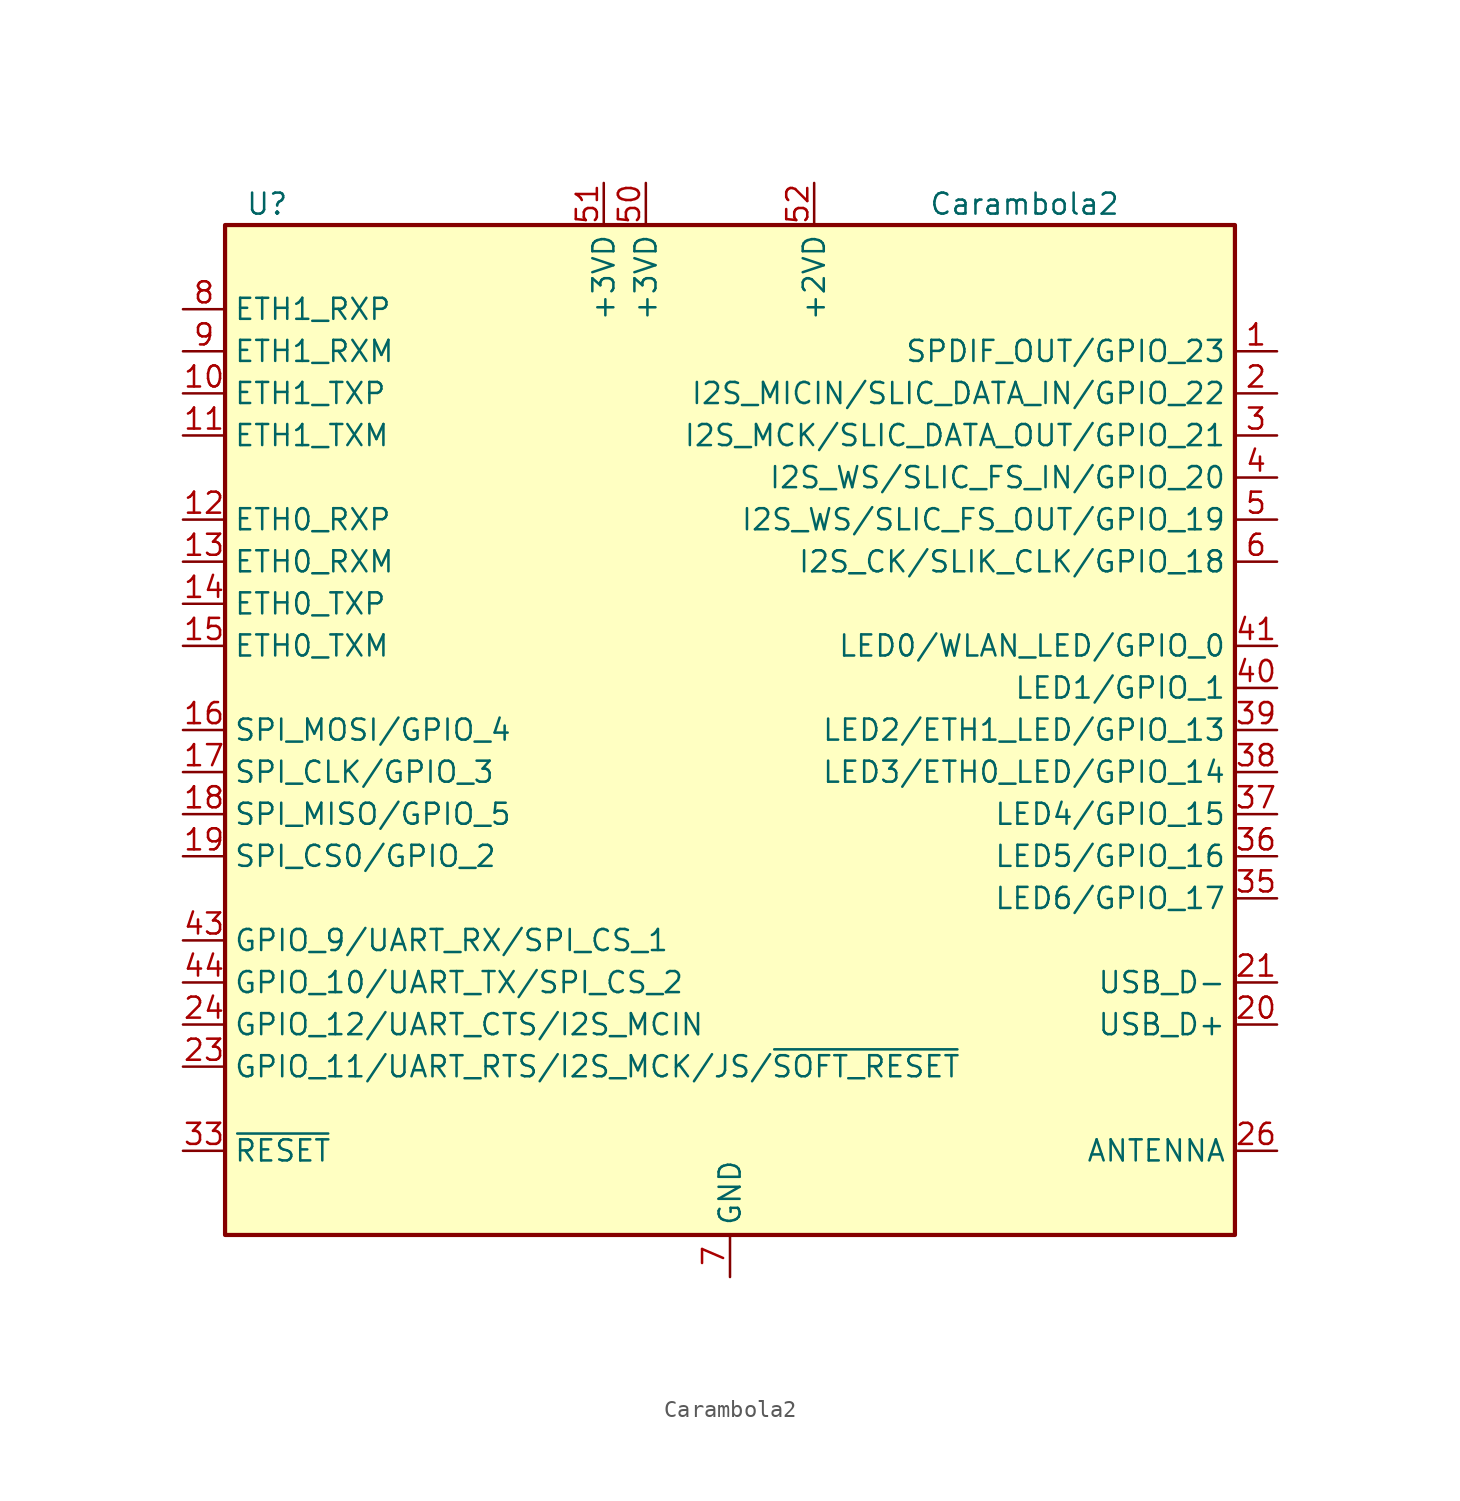
<source format=kicad_sym>
(kicad_symbol_lib
  (version 20211014)
  (generator kicad_symbol_editor)
  (symbol "Carambola2"
    (property "Reference" "U"
      (at -27.94 31.75 0)
      (effects (font (size 1.27 1.27))))
    (property "Value" "Carambola2"
      (at 17.78 31.75 0)
      (effects (font (size 1.27 1.27))))
    (symbol "Carambola2_0_1"
      (rectangle (start -30.48 30.48) (end 30.48 -30.48) (stroke (width 0.254) (type default) (color 0 0 0 0)) (fill (type background))))
    (symbol "Carambola2_1_1"
      (pin bidirectional line (at 33.02 22.86 180) (length 2.54) (name "SPDIF_OUT/GPIO_23" (effects (font (size 1.27 1.27)))) (number "1" (effects (font (size 1.27 1.27)))))
      (pin output line (at -33.02 20.32 0) (length 2.54) (name "ETH1_TXP" (effects (font (size 1.27 1.27)))) (number "10" (effects (font (size 1.27 1.27)))))
      (pin output line (at -33.02 17.78 0) (length 2.54) (name "ETH1_TXM" (effects (font (size 1.27 1.27)))) (number "11" (effects (font (size 1.27 1.27)))))
      (pin input line (at -33.02 12.7 0) (length 2.54) (name "ETH0_RXP" (effects (font (size 1.27 1.27)))) (number "12" (effects (font (size 1.27 1.27)))))
      (pin input line (at -33.02 10.16 0) (length 2.54) (name "ETH0_RXM" (effects (font (size 1.27 1.27)))) (number "13" (effects (font (size 1.27 1.27)))))
      (pin output line (at -33.02 7.62 0) (length 2.54) (name "ETH0_TXP" (effects (font (size 1.27 1.27)))) (number "14" (effects (font (size 1.27 1.27)))))
      (pin output line (at -33.02 5.08 0) (length 2.54) (name "ETH0_TXM" (effects (font (size 1.27 1.27)))) (number "15" (effects (font (size 1.27 1.27)))))
      (pin bidirectional line (at -33.02 0 0) (length 2.54) (name "SPI_MOSI/GPIO_4" (effects (font (size 1.27 1.27)))) (number "16" (effects (font (size 1.27 1.27)))))
      (pin bidirectional line (at -33.02 -2.54 0) (length 2.54) (name "SPI_CLK/GPIO_3" (effects (font (size 1.27 1.27)))) (number "17" (effects (font (size 1.27 1.27)))))
      (pin bidirectional line (at -33.02 -5.08 0) (length 2.54) (name "SPI_MISO/GPIO_5" (effects (font (size 1.27 1.27)))) (number "18" (effects (font (size 1.27 1.27)))))
      (pin bidirectional line (at -33.02 -7.62 0) (length 2.54) (name "SPI_CS0/GPIO_2" (effects (font (size 1.27 1.27)))) (number "19" (effects (font (size 1.27 1.27)))))
      (pin bidirectional line (at 33.02 20.32 180) (length 2.54) (name "I2S_MICIN/SLIC_DATA_IN/GPIO_22" (effects (font (size 1.27 1.27)))) (number "2" (effects (font (size 1.27 1.27)))))
      (pin bidirectional line (at 33.02 -17.78 180) (length 2.54) (name "USB_D+" (effects (font (size 1.27 1.27)))) (number "20" (effects (font (size 1.27 1.27)))))
      (pin bidirectional line (at 33.02 -15.24 180) (length 2.54) (name "USB_D-" (effects (font (size 1.27 1.27)))) (number "21" (effects (font (size 1.27 1.27)))))
      (pin passive line (at 0 -33.02 90) (length 2.54) hide (name "GND" (effects (font (size 1.27 1.27)))) (number "22" (effects (font (size 1.27 1.27)))))
      (pin output line (at -33.02 -20.32 0) (length 2.54) (name "GPIO_11/UART_RTS/I2S_MCK/JS/~{SOFT_RESET}" (effects (font (size 1.27 1.27)))) (number "23" (effects (font (size 1.27 1.27)))))
      (pin input line (at -33.02 -17.78 0) (length 2.54) (name "GPIO_12/UART_CTS/I2S_MCIN" (effects (font (size 1.27 1.27)))) (number "24" (effects (font (size 1.27 1.27)))))
      (pin passive line (at 0 -33.02 90) (length 2.54) hide (name "GND" (effects (font (size 1.27 1.27)))) (number "25" (effects (font (size 1.27 1.27)))))
      (pin passive line (at 33.02 -25.4 180) (length 2.54) (name "ANTENNA" (effects (font (size 1.27 1.27)))) (number "26" (effects (font (size 1.27 1.27)))))
      (pin passive line (at 0 -33.02 90) (length 2.54) hide (name "GND" (effects (font (size 1.27 1.27)))) (number "27" (effects (font (size 1.27 1.27)))))
      (pin passive line (at 0 -33.02 90) (length 2.54) hide (name "GND" (effects (font (size 1.27 1.27)))) (number "28" (effects (font (size 1.27 1.27)))))
      (pin passive line (at 0 -33.02 90) (length 2.54) hide (name "GND" (effects (font (size 1.27 1.27)))) (number "29" (effects (font (size 1.27 1.27)))))
      (pin bidirectional line (at 33.02 17.78 180) (length 2.54) (name "I2S_MCK/SLIC_DATA_OUT/GPIO_21" (effects (font (size 1.27 1.27)))) (number "3" (effects (font (size 1.27 1.27)))))
      (pin passive line (at 0 -33.02 90) (length 2.54) hide (name "GND" (effects (font (size 1.27 1.27)))) (number "30" (effects (font (size 1.27 1.27)))))
      (pin passive line (at 0 -33.02 90) (length 2.54) hide (name "GND" (effects (font (size 1.27 1.27)))) (number "31" (effects (font (size 1.27 1.27)))))
      (pin passive line (at 0 -33.02 90) (length 2.54) hide (name "GND" (effects (font (size 1.27 1.27)))) (number "32" (effects (font (size 1.27 1.27)))))
      (pin input line (at -33.02 -25.4 0) (length 2.54) (name "~{RESET}" (effects (font (size 1.27 1.27)))) (number "33" (effects (font (size 1.27 1.27)))))
      (pin passive line (at 0 -33.02 90) (length 2.54) hide (name "GND" (effects (font (size 1.27 1.27)))) (number "34" (effects (font (size 1.27 1.27)))))
      (pin bidirectional line (at 33.02 -10.16 180) (length 2.54) (name "LED6/GPIO_17" (effects (font (size 1.27 1.27)))) (number "35" (effects (font (size 1.27 1.27)))))
      (pin bidirectional line (at 33.02 -7.62 180) (length 2.54) (name "LED5/GPIO_16" (effects (font (size 1.27 1.27)))) (number "36" (effects (font (size 1.27 1.27)))))
      (pin bidirectional line (at 33.02 -5.08 180) (length 2.54) (name "LED4/GPIO_15" (effects (font (size 1.27 1.27)))) (number "37" (effects (font (size 1.27 1.27)))))
      (pin bidirectional line (at 33.02 -2.54 180) (length 2.54) (name "LED3/ETH0_LED/GPIO_14" (effects (font (size 1.27 1.27)))) (number "38" (effects (font (size 1.27 1.27)))))
      (pin bidirectional line (at 33.02 0 180) (length 2.54) (name "LED2/ETH1_LED/GPIO_13" (effects (font (size 1.27 1.27)))) (number "39" (effects (font (size 1.27 1.27)))))
      (pin bidirectional line (at 33.02 15.24 180) (length 2.54) (name "I2S_WS/SLIC_FS_IN/GPIO_20" (effects (font (size 1.27 1.27)))) (number "4" (effects (font (size 1.27 1.27)))))
      (pin bidirectional line (at 33.02 2.54 180) (length 2.54) (name "LED1/GPIO_1" (effects (font (size 1.27 1.27)))) (number "40" (effects (font (size 1.27 1.27)))))
      (pin bidirectional line (at 33.02 5.08 180) (length 2.54) (name "LED0/WLAN_LED/GPIO_0" (effects (font (size 1.27 1.27)))) (number "41" (effects (font (size 1.27 1.27)))))
      (pin passive line (at 0 -33.02 90) (length 2.54) hide (name "GND" (effects (font (size 1.27 1.27)))) (number "42" (effects (font (size 1.27 1.27)))))
      (pin bidirectional line (at -33.02 -12.7 0) (length 2.54) (name "GPIO_9/UART_RX/SPI_CS_1" (effects (font (size 1.27 1.27)))) (number "43" (effects (font (size 1.27 1.27)))))
      (pin bidirectional line (at -33.02 -15.24 0) (length 2.54) (name "GPIO_10/UART_TX/SPI_CS_2" (effects (font (size 1.27 1.27)))) (number "44" (effects (font (size 1.27 1.27)))))
      (pin passive line (at 0 -33.02 90) (length 2.54) hide (name "GND" (effects (font (size 1.27 1.27)))) (number "45" (effects (font (size 1.27 1.27)))))
      (pin passive line (at 0 -33.02 90) (length 2.54) hide (name "GND" (effects (font (size 1.27 1.27)))) (number "46" (effects (font (size 1.27 1.27)))))
      (pin passive line (at 0 -33.02 90) (length 2.54) hide (name "GND" (effects (font (size 1.27 1.27)))) (number "47" (effects (font (size 1.27 1.27)))))
      (pin passive line (at 0 -33.02 90) (length 2.54) hide (name "GND" (effects (font (size 1.27 1.27)))) (number "48" (effects (font (size 1.27 1.27)))))
      (pin passive line (at 0 -33.02 90) (length 2.54) hide (name "GND" (effects (font (size 1.27 1.27)))) (number "49" (effects (font (size 1.27 1.27)))))
      (pin bidirectional line (at 33.02 12.7 180) (length 2.54) (name "I2S_WS/SLIC_FS_OUT/GPIO_19" (effects (font (size 1.27 1.27)))) (number "5" (effects (font (size 1.27 1.27)))))
      (pin power_in line (at -5.08 33.02 270) (length 2.54) (name "+3VD" (effects (font (size 1.27 1.27)))) (number "50" (effects (font (size 1.27 1.27)))))
      (pin power_in line (at -7.62 33.02 270) (length 2.54) (name "+3VD" (effects (font (size 1.27 1.27)))) (number "51" (effects (font (size 1.27 1.27)))))
      (pin power_out line (at 5.08 33.02 270) (length 2.54) (name "+2VD" (effects (font (size 1.27 1.27)))) (number "52" (effects (font (size 1.27 1.27)))))
      (pin bidirectional line (at 33.02 10.16 180) (length 2.54) (name "I2S_CK/SLIK_CLK/GPIO_18" (effects (font (size 1.27 1.27)))) (number "6" (effects (font (size 1.27 1.27)))))
      (pin power_in line (at 0 -33.02 90) (length 2.54) (name "GND" (effects (font (size 1.27 1.27)))) (number "7" (effects (font (size 1.27 1.27)))))
      (pin input line (at -33.02 25.4 0) (length 2.54) (name "ETH1_RXP" (effects (font (size 1.27 1.27)))) (number "8" (effects (font (size 1.27 1.27)))))
      (pin input line (at -33.02 22.86 0) (length 2.54) (name "ETH1_RXM" (effects (font (size 1.27 1.27)))) (number "9" (effects (font (size 1.27 1.27))))))))
</source>
